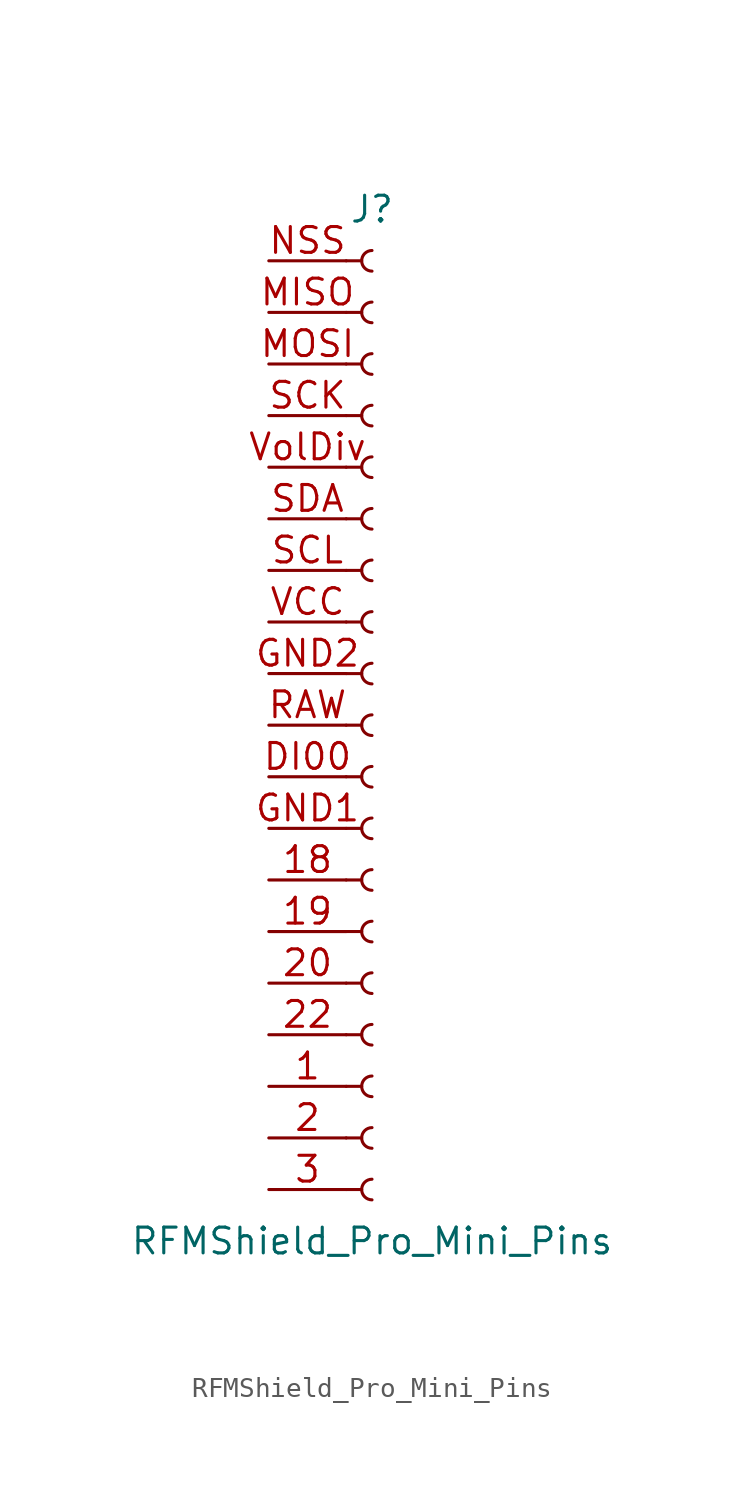
<source format=kicad_sym>
(kicad_symbol_lib
  (version 20211014)
  (generator kicad_symbol_editor)
  (symbol "RFMShield_Pro_Mini_Pins"
    (pin_names
      (offset 1.016) hide)
    (property "Reference" "J"
      (at 0 25.4 0)
      (effects (font (size 1.27 1.27))))
    (property "Value" "RFMShield_Pro_Mini_Pins"
      (at 0 -25.4 0)
      (effects (font (size 1.27 1.27))))
    (symbol "RFMShield_Pro_Mini_Pins_1_1"
      (arc (start 0 -22.352) (mid -0.508 -22.86) (end 0 -23.368) (stroke (width 0.1524) (type default) (color 0 0 0 0)) (fill (type none)))
      (arc (start 0 -19.812) (mid -0.508 -20.32) (end 0 -20.828) (stroke (width 0.1524) (type default) (color 0 0 0 0)) (fill (type none)))
      (arc (start 0 -17.272) (mid -0.508 -17.78) (end 0 -18.288) (stroke (width 0.1524) (type default) (color 0 0 0 0)) (fill (type none)))
      (arc (start 0 -14.732) (mid -0.508 -15.24) (end 0 -15.748) (stroke (width 0.1524) (type default) (color 0 0 0 0)) (fill (type none)))
      (arc (start 0 -12.192) (mid -0.508 -12.7) (end 0 -13.208) (stroke (width 0.1524) (type default) (color 0 0 0 0)) (fill (type none)))
      (arc (start 0 -9.652) (mid -0.508 -10.16) (end 0 -10.668) (stroke (width 0.1524) (type default) (color 0 0 0 0)) (fill (type none)))
      (arc (start 0 -7.112) (mid -0.508 -7.62) (end 0 -8.128) (stroke (width 0.1524) (type default) (color 0 0 0 0)) (fill (type none)))
      (arc (start 0 -4.572) (mid -0.508 -5.08) (end 0 -5.588) (stroke (width 0.1524) (type default) (color 0 0 0 0)) (fill (type none)))
      (arc (start 0 -2.032) (mid -0.508 -2.54) (end 0 -3.048) (stroke (width 0.1524) (type default) (color 0 0 0 0)) (fill (type none)))
      (polyline (pts (xy -1.27 -22.86) (xy -0.508 -22.86)) (stroke (width 0.152) (type default) (color 0 0 0 0)) (fill (type none)))
      (polyline (pts (xy -1.27 -20.32) (xy -0.508 -20.32)) (stroke (width 0.152) (type default) (color 0 0 0 0)) (fill (type none)))
      (polyline (pts (xy -1.27 -17.78) (xy -0.508 -17.78)) (stroke (width 0.152) (type default) (color 0 0 0 0)) (fill (type none)))
      (polyline (pts (xy -1.27 -15.24) (xy -0.508 -15.24)) (stroke (width 0.152) (type default) (color 0 0 0 0)) (fill (type none)))
      (polyline (pts (xy -1.27 -12.7) (xy -0.508 -12.7)) (stroke (width 0.152) (type default) (color 0 0 0 0)) (fill (type none)))
      (polyline (pts (xy -1.27 -10.16) (xy -0.508 -10.16)) (stroke (width 0.152) (type default) (color 0 0 0 0)) (fill (type none)))
      (polyline (pts (xy -1.27 -7.62) (xy -0.508 -7.62)) (stroke (width 0.152) (type default) (color 0 0 0 0)) (fill (type none)))
      (polyline (pts (xy -1.27 -5.08) (xy -0.508 -5.08)) (stroke (width 0.152) (type default) (color 0 0 0 0)) (fill (type none)))
      (polyline (pts (xy -1.27 -2.54) (xy -0.508 -2.54)) (stroke (width 0.152) (type default) (color 0 0 0 0)) (fill (type none)))
      (polyline (pts (xy -1.27 0) (xy -0.508 0)) (stroke (width 0.152) (type default) (color 0 0 0 0)) (fill (type none)))
      (polyline (pts (xy -1.27 2.54) (xy -0.508 2.54)) (stroke (width 0.152) (type default) (color 0 0 0 0)) (fill (type none)))
      (polyline (pts (xy -1.27 5.08) (xy -0.508 5.08)) (stroke (width 0.152) (type default) (color 0 0 0 0)) (fill (type none)))
      (polyline (pts (xy -1.27 7.62) (xy -0.508 7.62)) (stroke (width 0.152) (type default) (color 0 0 0 0)) (fill (type none)))
      (polyline (pts (xy -1.27 10.16) (xy -0.508 10.16)) (stroke (width 0.152) (type default) (color 0 0 0 0)) (fill (type none)))
      (polyline (pts (xy -1.27 12.7) (xy -0.508 12.7)) (stroke (width 0.152) (type default) (color 0 0 0 0)) (fill (type none)))
      (polyline (pts (xy -1.27 15.24) (xy -0.508 15.24)) (stroke (width 0.152) (type default) (color 0 0 0 0)) (fill (type none)))
      (polyline (pts (xy -1.27 17.78) (xy -0.508 17.78)) (stroke (width 0.152) (type default) (color 0 0 0 0)) (fill (type none)))
      (polyline (pts (xy -1.27 20.32) (xy -0.508 20.32)) (stroke (width 0.152) (type default) (color 0 0 0 0)) (fill (type none)))
      (polyline (pts (xy -1.27 22.86) (xy -0.508 22.86)) (stroke (width 0.152) (type default) (color 0 0 0 0)) (fill (type none)))
      (arc (start 0 0.508) (mid -0.508 0) (end 0 -0.508) (stroke (width 0.1524) (type default) (color 0 0 0 0)) (fill (type none)))
      (arc (start 0 3.048) (mid -0.508 2.54) (end 0 2.032) (stroke (width 0.1524) (type default) (color 0 0 0 0)) (fill (type none)))
      (arc (start 0 5.588) (mid -0.508 5.08) (end 0 4.572) (stroke (width 0.1524) (type default) (color 0 0 0 0)) (fill (type none)))
      (arc (start 0 8.128) (mid -0.508 7.62) (end 0 7.112) (stroke (width 0.1524) (type default) (color 0 0 0 0)) (fill (type none)))
      (arc (start 0 10.668) (mid -0.508 10.16) (end 0 9.652) (stroke (width 0.1524) (type default) (color 0 0 0 0)) (fill (type none)))
      (arc (start 0 13.208) (mid -0.508 12.7) (end 0 12.192) (stroke (width 0.1524) (type default) (color 0 0 0 0)) (fill (type none)))
      (arc (start 0 15.748) (mid -0.508 15.24) (end 0 14.732) (stroke (width 0.1524) (type default) (color 0 0 0 0)) (fill (type none)))
      (arc (start 0 18.288) (mid -0.508 17.78) (end 0 17.272) (stroke (width 0.1524) (type default) (color 0 0 0 0)) (fill (type none)))
      (arc (start 0 20.828) (mid -0.508 20.32) (end 0 19.812) (stroke (width 0.1524) (type default) (color 0 0 0 0)) (fill (type none)))
      (arc (start 0 23.368) (mid -0.508 22.86) (end 0 22.352) (stroke (width 0.1524) (type default) (color 0 0 0 0)) (fill (type none)))
      (pin passive line (at -5.08 -17.78 0) (length 3.81) (name "1" (effects (font (size 1.27 1.27)))) (number "1" (effects (font (size 1.27 1.27)))))
      (pin passive line (at -5.08 -7.62 0) (length 3.81) (name "18" (effects (font (size 1.27 1.27)))) (number "18" (effects (font (size 1.27 1.27)))))
      (pin passive line (at -5.08 -10.16 0) (length 3.81) (name "19" (effects (font (size 1.27 1.27)))) (number "19" (effects (font (size 1.27 1.27)))))
      (pin passive line (at -5.08 -20.32 0) (length 3.81) (name "2" (effects (font (size 1.27 1.27)))) (number "2" (effects (font (size 1.27 1.27)))))
      (pin passive line (at -5.08 -12.7 0) (length 3.81) (name "20" (effects (font (size 1.27 1.27)))) (number "20" (effects (font (size 1.27 1.27)))))
      (pin passive line (at -5.08 -15.24 0) (length 3.81) (name "22" (effects (font (size 1.27 1.27)))) (number "22" (effects (font (size 1.27 1.27)))))
      (pin passive line (at -5.08 -22.86 0) (length 3.81) (name "3" (effects (font (size 1.27 1.27)))) (number "3" (effects (font (size 1.27 1.27)))))
      (pin passive line (at -5.08 -2.54 0) (length 3.81) (name "DI00" (effects (font (size 1.27 1.27)))) (number "DI00" (effects (font (size 1.27 1.27)))))
      (pin passive line (at -5.08 -5.08 0) (length 3.81) (name "GND1" (effects (font (size 1.27 1.27)))) (number "GND1" (effects (font (size 1.27 1.27)))))
      (pin passive line (at -5.08 2.54 0) (length 3.81) (name "GND2" (effects (font (size 1.27 1.27)))) (number "GND2" (effects (font (size 1.27 1.27)))))
      (pin passive line (at -5.08 20.32 0) (length 3.81) (name "MISO" (effects (font (size 1.27 1.27)))) (number "MISO" (effects (font (size 1.27 1.27)))))
      (pin passive line (at -5.08 17.78 0) (length 3.81) (name "MOSI" (effects (font (size 1.27 1.27)))) (number "MOSI" (effects (font (size 1.27 1.27)))))
      (pin passive line (at -5.08 22.86 0) (length 3.81) (name "NSS" (effects (font (size 1.27 1.27)))) (number "NSS" (effects (font (size 1.27 1.27)))))
      (pin passive line (at -5.08 0 0) (length 3.81) (name "RAW" (effects (font (size 1.27 1.27)))) (number "RAW" (effects (font (size 1.27 1.27)))))
      (pin passive line (at -5.08 15.24 0) (length 3.81) (name "SCK" (effects (font (size 1.27 1.27)))) (number "SCK" (effects (font (size 1.27 1.27)))))
      (pin passive line (at -5.08 7.62 0) (length 3.81) (name "SCL" (effects (font (size 1.27 1.27)))) (number "SCL" (effects (font (size 1.27 1.27)))))
      (pin passive line (at -5.08 10.16 0) (length 3.81) (name "SDA" (effects (font (size 1.27 1.27)))) (number "SDA" (effects (font (size 1.27 1.27)))))
      (pin passive line (at -5.08 5.08 0) (length 3.81) (name "VCC" (effects (font (size 1.27 1.27)))) (number "VCC" (effects (font (size 1.27 1.27)))))
      (pin passive line (at -5.08 12.7 0) (length 3.81) (name "VolDiv" (effects (font (size 1.27 1.27)))) (number "VolDiv" (effects (font (size 1.27 1.27))))))))
</source>
